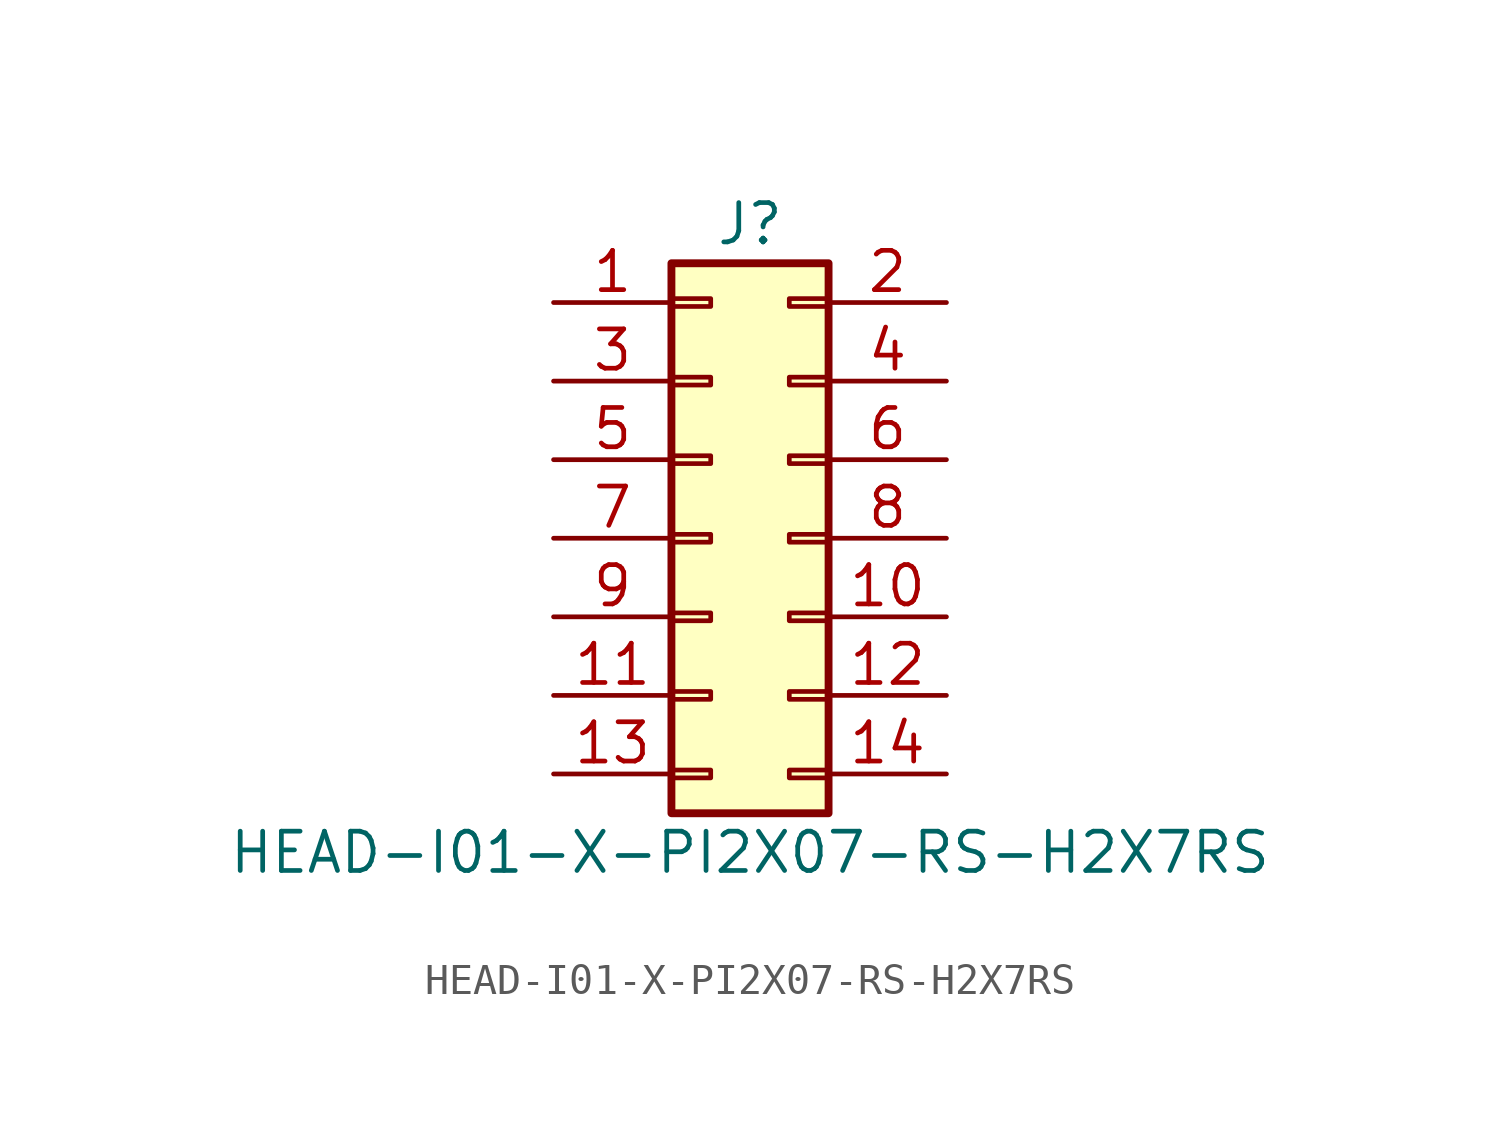
<source format=kicad_sym>
(kicad_symbol_lib
  (version 20211014)
  (generator kicad_symbol_editor)
  (symbol "HEAD-I01-X-PI2X07-RS-H2X7RS"
    (pin_names
      (offset 1.016) hide)
    (property "Reference" "J"
      (at 1.27 10.16 0)
      (effects (font (size 1.27 1.27))))
    (property "Value" "HEAD-I01-X-PI2X07-RS-H2X7RS"
      (at 1.27 -10.16 0)
      (effects (font (size 1.27 1.27))))
    (symbol "HEAD-I01-X-PI2X07-RS-H2X7RS_1_1"
      (rectangle (start -1.27 -7.493) (end 0 -7.747) (stroke (width 0.152) (type default) (color 0 0 0 0)) (fill (type none)))
      (rectangle (start -1.27 -4.953) (end 0 -5.207) (stroke (width 0.152) (type default) (color 0 0 0 0)) (fill (type none)))
      (rectangle (start -1.27 -2.413) (end 0 -2.667) (stroke (width 0.152) (type default) (color 0 0 0 0)) (fill (type none)))
      (rectangle (start -1.27 0.127) (end 0 -0.127) (stroke (width 0.152) (type default) (color 0 0 0 0)) (fill (type none)))
      (rectangle (start -1.27 2.667) (end 0 2.413) (stroke (width 0.152) (type default) (color 0 0 0 0)) (fill (type none)))
      (rectangle (start -1.27 5.207) (end 0 4.953) (stroke (width 0.152) (type default) (color 0 0 0 0)) (fill (type none)))
      (rectangle (start -1.27 7.747) (end 0 7.493) (stroke (width 0.152) (type default) (color 0 0 0 0)) (fill (type none)))
      (rectangle (start -1.27 8.89) (end 3.81 -8.89) (stroke (width 0.254) (type default) (color 0 0 0 0)) (fill (type background)))
      (rectangle (start 3.81 -7.493) (end 2.54 -7.747) (stroke (width 0.152) (type default) (color 0 0 0 0)) (fill (type none)))
      (rectangle (start 3.81 -4.953) (end 2.54 -5.207) (stroke (width 0.152) (type default) (color 0 0 0 0)) (fill (type none)))
      (rectangle (start 3.81 -2.413) (end 2.54 -2.667) (stroke (width 0.152) (type default) (color 0 0 0 0)) (fill (type none)))
      (rectangle (start 3.81 0.127) (end 2.54 -0.127) (stroke (width 0.152) (type default) (color 0 0 0 0)) (fill (type none)))
      (rectangle (start 3.81 2.667) (end 2.54 2.413) (stroke (width 0.152) (type default) (color 0 0 0 0)) (fill (type none)))
      (rectangle (start 3.81 5.207) (end 2.54 4.953) (stroke (width 0.152) (type default) (color 0 0 0 0)) (fill (type none)))
      (rectangle (start 3.81 7.747) (end 2.54 7.493) (stroke (width 0.152) (type default) (color 0 0 0 0)) (fill (type none)))
      (pin passive line (at -5.08 7.62 0) (length 3.81) (name "Pin_1" (effects (font (size 1.27 1.27)))) (number "1" (effects (font (size 1.27 1.27)))))
      (pin passive line (at 7.62 -2.54 180) (length 3.81) (name "Pin_10" (effects (font (size 1.27 1.27)))) (number "10" (effects (font (size 1.27 1.27)))))
      (pin passive line (at -5.08 -5.08 0) (length 3.81) (name "Pin_11" (effects (font (size 1.27 1.27)))) (number "11" (effects (font (size 1.27 1.27)))))
      (pin passive line (at 7.62 -5.08 180) (length 3.81) (name "Pin_12" (effects (font (size 1.27 1.27)))) (number "12" (effects (font (size 1.27 1.27)))))
      (pin passive line (at -5.08 -7.62 0) (length 3.81) (name "Pin_13" (effects (font (size 1.27 1.27)))) (number "13" (effects (font (size 1.27 1.27)))))
      (pin passive line (at 7.62 -7.62 180) (length 3.81) (name "Pin_14" (effects (font (size 1.27 1.27)))) (number "14" (effects (font (size 1.27 1.27)))))
      (pin passive line (at 7.62 7.62 180) (length 3.81) (name "Pin_2" (effects (font (size 1.27 1.27)))) (number "2" (effects (font (size 1.27 1.27)))))
      (pin passive line (at -5.08 5.08 0) (length 3.81) (name "Pin_3" (effects (font (size 1.27 1.27)))) (number "3" (effects (font (size 1.27 1.27)))))
      (pin passive line (at 7.62 5.08 180) (length 3.81) (name "Pin_4" (effects (font (size 1.27 1.27)))) (number "4" (effects (font (size 1.27 1.27)))))
      (pin passive line (at -5.08 2.54 0) (length 3.81) (name "Pin_5" (effects (font (size 1.27 1.27)))) (number "5" (effects (font (size 1.27 1.27)))))
      (pin passive line (at 7.62 2.54 180) (length 3.81) (name "Pin_6" (effects (font (size 1.27 1.27)))) (number "6" (effects (font (size 1.27 1.27)))))
      (pin passive line (at -5.08 0 0) (length 3.81) (name "Pin_7" (effects (font (size 1.27 1.27)))) (number "7" (effects (font (size 1.27 1.27)))))
      (pin passive line (at 7.62 0 180) (length 3.81) (name "Pin_8" (effects (font (size 1.27 1.27)))) (number "8" (effects (font (size 1.27 1.27)))))
      (pin passive line (at -5.08 -2.54 0) (length 3.81) (name "Pin_9" (effects (font (size 1.27 1.27)))) (number "9" (effects (font (size 1.27 1.27))))))))
</source>
